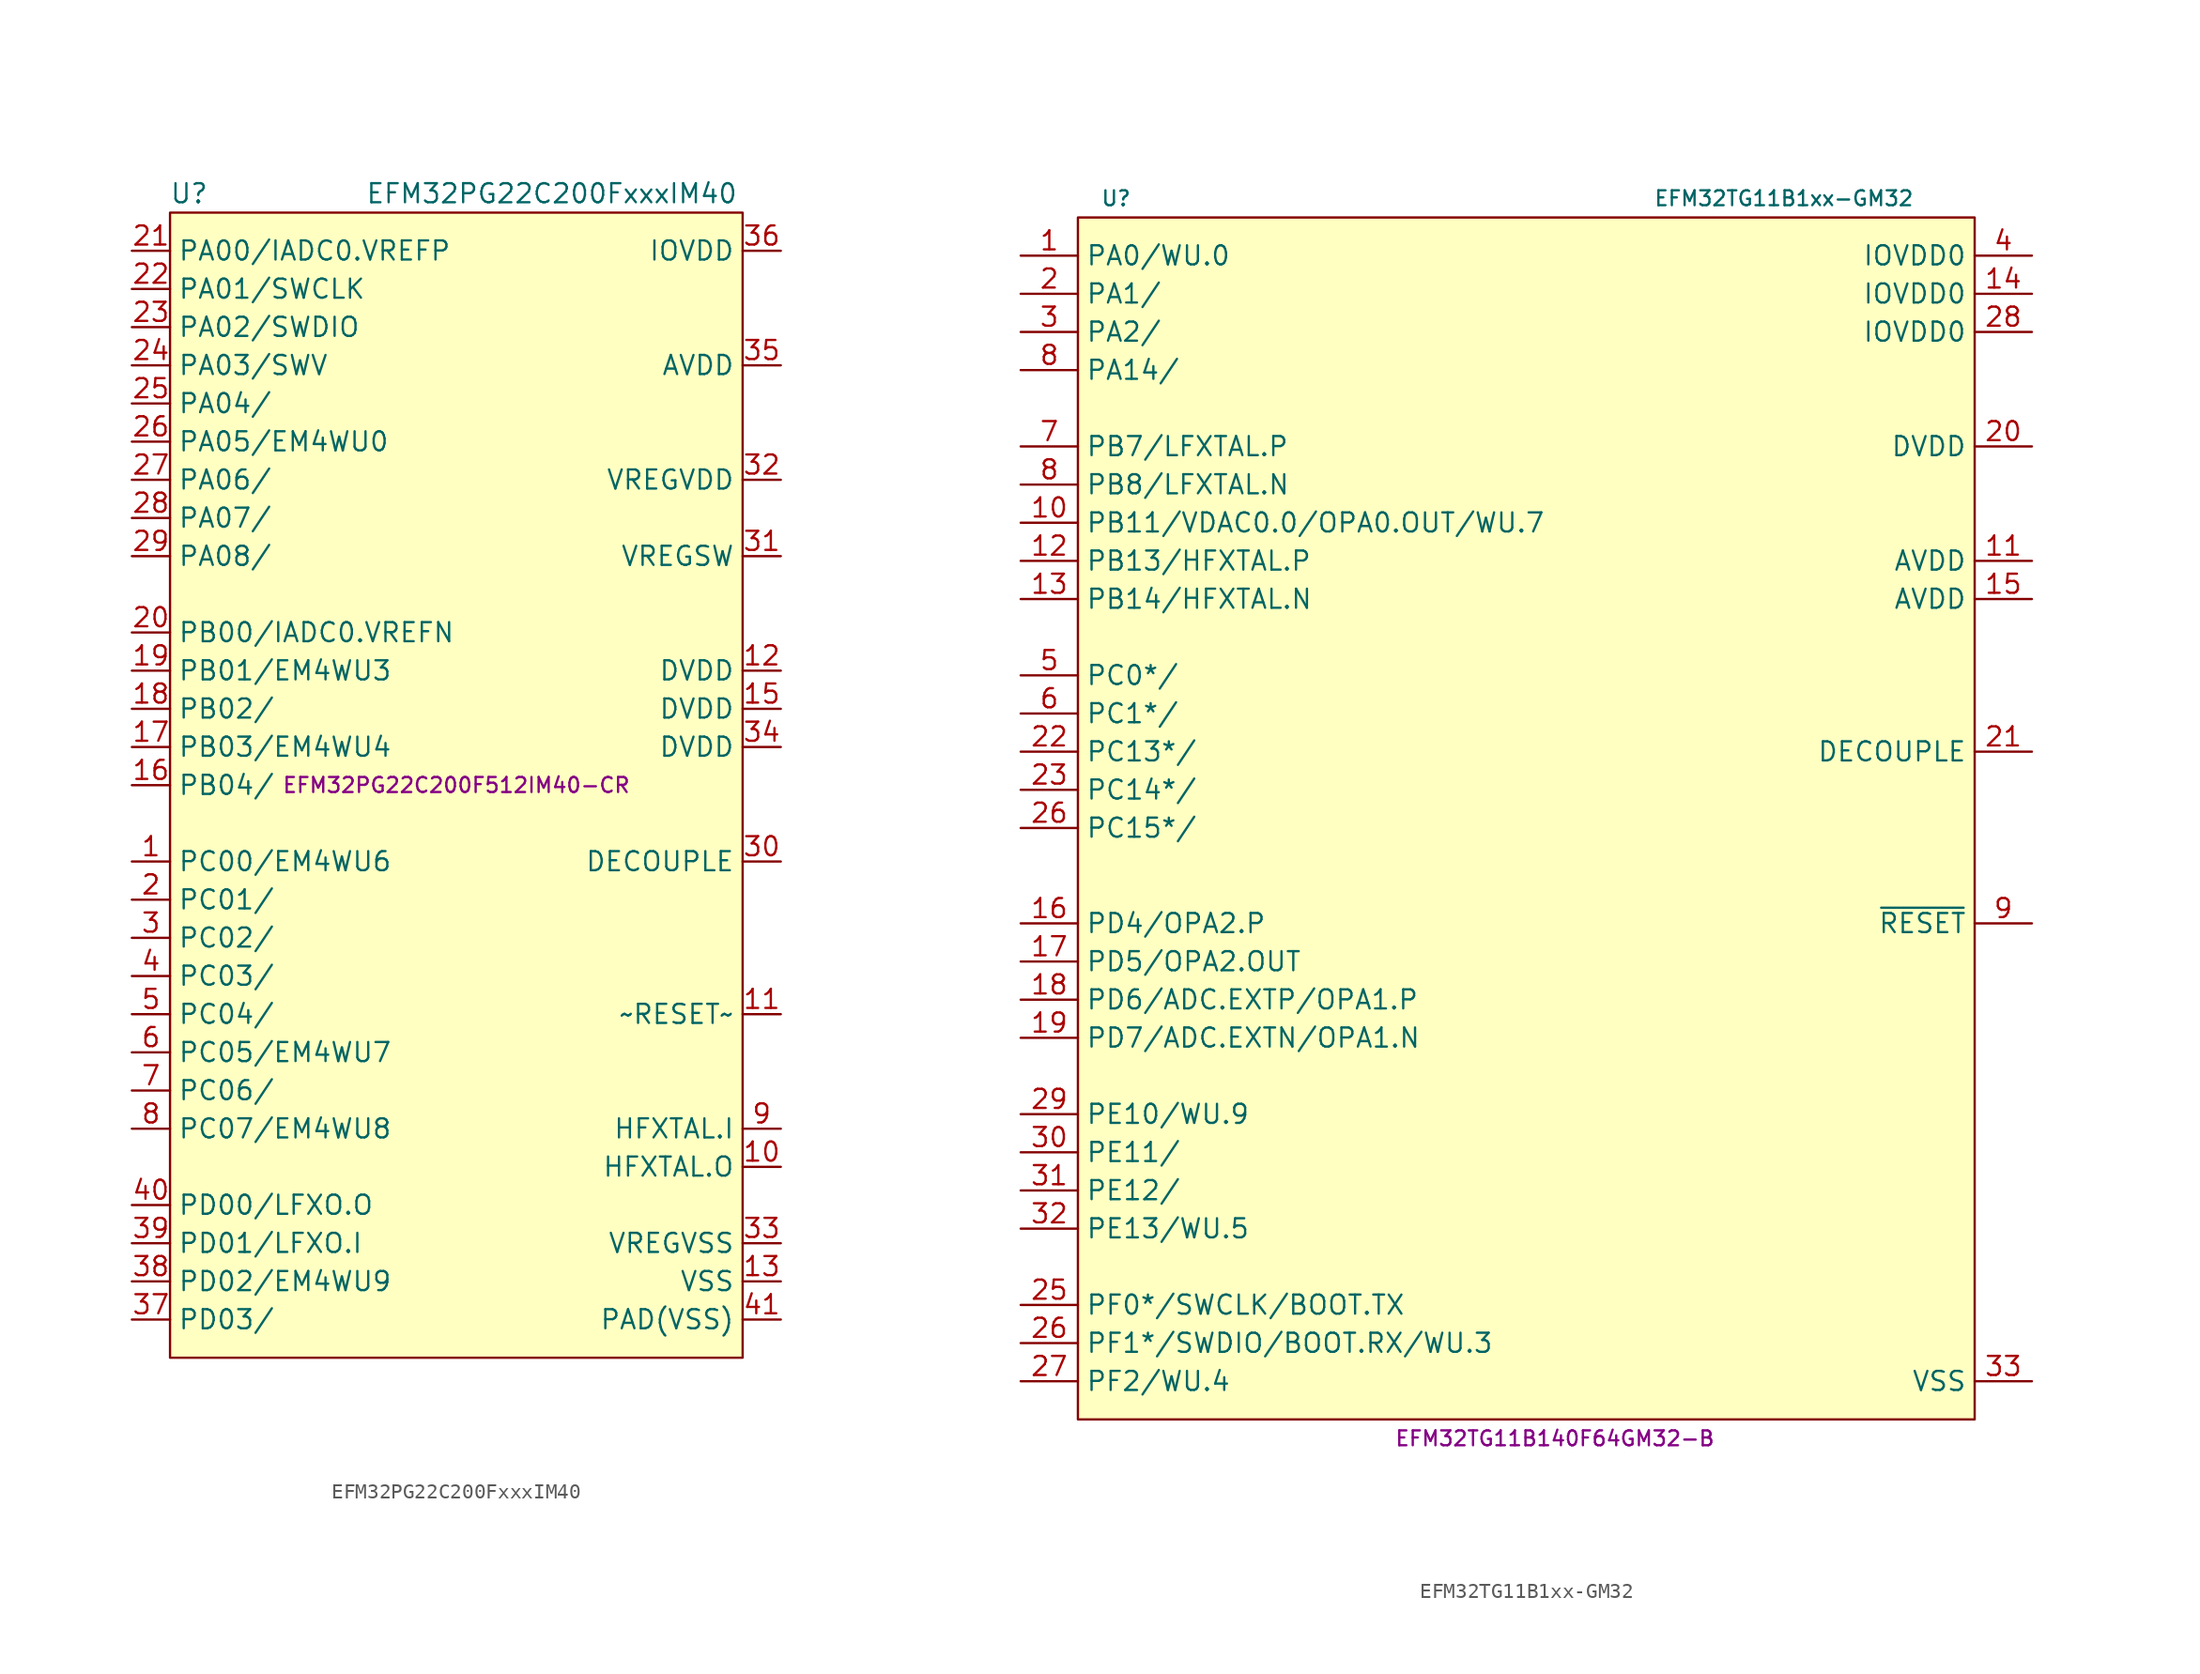
<source format=kicad_sym>
(kicad_symbol_lib
  (version 20231120)
  (generator "kicad_symbol_editor")
  (generator_version "8.0")
  (symbol "EFM32PG22C200FxxxIM40"
    (property "Reference" "U"
      (at -17.78 39.37 0)
      (effects (font (size 1.27 1.27))))
    (property "Value" "EFM32PG22C200FxxxIM40"
      (at 6.35 39.37 0)
      (effects (font (size 1.27 1.27))))
    (property "MPN" "EFM32PG22C200F512IM40-CR"
      (at 0 0 0)
      (effects (font (size 1 1))))
    (symbol "EFM32PG22C200FxxxIM40_0_1"
      (rectangle (start -19.05 -38.1) (end 19.05 38.1) (stroke (width 0.152) (type default)) (fill (type background))))
    (symbol "EFM32PG22C200FxxxIM40_1_1"
      (pin bidirectional line (at -21.59 -5.08 0) (length 2.54) (name "PC00/EM4WU6" (effects (font (size 1.27 1.27)))) (number "1" (effects (font (size 1.27 1.27)))))
      (pin output line (at 21.59 -25.4 180) (length 2.54) (name "HFXTAL.O" (effects (font (size 1.27 1.27)))) (number "10" (effects (font (size 1.27 1.27)))))
      (pin input line (at 21.59 -15.24 180) (length 2.54) (name "~RESET~" (effects (font (size 1.27 1.27)))) (number "11" (effects (font (size 1.27 1.27)))))
      (pin power_in line (at 21.59 7.62 180) (length 2.54) (name "DVDD" (effects (font (size 1.27 1.27)))) (number "12" (effects (font (size 1.27 1.27)))))
      (pin power_in line (at 21.59 -33.02 180) (length 2.54) (name "VSS" (effects (font (size 1.27 1.27)))) (number "13" (effects (font (size 1.27 1.27)))))
      (pin power_in line (at 21.59 5.08 180) (length 2.54) (name "DVDD" (effects (font (size 1.27 1.27)))) (number "15" (effects (font (size 1.27 1.27)))))
      (pin bidirectional line (at -21.59 0 0) (length 2.54) (name "PB04/" (effects (font (size 1.27 1.27)))) (number "16" (effects (font (size 1.27 1.27)))))
      (pin bidirectional line (at -21.59 2.54 0) (length 2.54) (name "PB03/EM4WU4" (effects (font (size 1.27 1.27)))) (number "17" (effects (font (size 1.27 1.27)))))
      (pin bidirectional line (at -21.59 5.08 0) (length 2.54) (name "PB02/" (effects (font (size 1.27 1.27)))) (number "18" (effects (font (size 1.27 1.27)))))
      (pin bidirectional line (at -21.59 7.62 0) (length 2.54) (name "PB01/EM4WU3" (effects (font (size 1.27 1.27)))) (number "19" (effects (font (size 1.27 1.27)))))
      (pin bidirectional line (at -21.59 -7.62 0) (length 2.54) (name "PC01/" (effects (font (size 1.27 1.27)))) (number "2" (effects (font (size 1.27 1.27)))))
      (pin bidirectional line (at -21.59 10.16 0) (length 2.54) (name "PB00/IADC0.VREFN" (effects (font (size 1.27 1.27)))) (number "20" (effects (font (size 1.27 1.27)))))
      (pin bidirectional line (at -21.59 35.56 0) (length 2.54) (name "PA00/IADC0.VREFP" (effects (font (size 1.27 1.27)))) (number "21" (effects (font (size 1.27 1.27)))))
      (pin bidirectional line (at -21.59 33.02 0) (length 2.54) (name "PA01/SWCLK" (effects (font (size 1.27 1.27)))) (number "22" (effects (font (size 1.27 1.27)))))
      (pin bidirectional line (at -21.59 30.48 0) (length 2.54) (name "PA02/SWDIO" (effects (font (size 1.27 1.27)))) (number "23" (effects (font (size 1.27 1.27)))))
      (pin bidirectional line (at -21.59 27.94 0) (length 2.54) (name "PA03/SWV" (effects (font (size 1.27 1.27)))) (number "24" (effects (font (size 1.27 1.27)))))
      (pin bidirectional line (at -21.59 25.4 0) (length 2.54) (name "PA04/" (effects (font (size 1.27 1.27)))) (number "25" (effects (font (size 1.27 1.27)))))
      (pin bidirectional line (at -21.59 22.86 0) (length 2.54) (name "PA05/EM4WU0" (effects (font (size 1.27 1.27)))) (number "26" (effects (font (size 1.27 1.27)))))
      (pin bidirectional line (at -21.59 20.32 0) (length 2.54) (name "PA06/" (effects (font (size 1.27 1.27)))) (number "27" (effects (font (size 1.27 1.27)))))
      (pin bidirectional line (at -21.59 17.78 0) (length 2.54) (name "PA07/" (effects (font (size 1.27 1.27)))) (number "28" (effects (font (size 1.27 1.27)))))
      (pin bidirectional line (at -21.59 15.24 0) (length 2.54) (name "PA08/" (effects (font (size 1.27 1.27)))) (number "29" (effects (font (size 1.27 1.27)))))
      (pin bidirectional line (at -21.59 -10.16 0) (length 2.54) (name "PC02/" (effects (font (size 1.27 1.27)))) (number "3" (effects (font (size 1.27 1.27)))))
      (pin power_out line (at 21.59 -5.08 180) (length 2.54) (name "DECOUPLE" (effects (font (size 1.27 1.27)))) (number "30" (effects (font (size 1.27 1.27)))))
      (pin power_out line (at 21.59 15.24 180) (length 2.54) (name "VREGSW" (effects (font (size 1.27 1.27)))) (number "31" (effects (font (size 1.27 1.27)))))
      (pin power_in line (at 21.59 20.32 180) (length 2.54) (name "VREGVDD" (effects (font (size 1.27 1.27)))) (number "32" (effects (font (size 1.27 1.27)))))
      (pin power_in line (at 21.59 -30.48 180) (length 2.54) (name "VREGVSS" (effects (font (size 1.27 1.27)))) (number "33" (effects (font (size 1.27 1.27)))))
      (pin power_in line (at 21.59 2.54 180) (length 2.54) (name "DVDD" (effects (font (size 1.27 1.27)))) (number "34" (effects (font (size 1.27 1.27)))))
      (pin power_in line (at 21.59 27.94 180) (length 2.54) (name "AVDD" (effects (font (size 1.27 1.27)))) (number "35" (effects (font (size 1.27 1.27)))))
      (pin power_in line (at 21.59 35.56 180) (length 2.54) (name "IOVDD" (effects (font (size 1.27 1.27)))) (number "36" (effects (font (size 1.27 1.27)))))
      (pin bidirectional line (at -21.59 -35.56 0) (length 2.54) (name "PD03/" (effects (font (size 1.27 1.27)))) (number "37" (effects (font (size 1.27 1.27)))))
      (pin bidirectional line (at -21.59 -33.02 0) (length 2.54) (name "PD02/EM4WU9" (effects (font (size 1.27 1.27)))) (number "38" (effects (font (size 1.27 1.27)))))
      (pin bidirectional line (at -21.59 -30.48 0) (length 2.54) (name "PD01/LFXO.I" (effects (font (size 1.27 1.27)))) (number "39" (effects (font (size 1.27 1.27)))))
      (pin bidirectional line (at -21.59 -12.7 0) (length 2.54) (name "PC03/" (effects (font (size 1.27 1.27)))) (number "4" (effects (font (size 1.27 1.27)))))
      (pin bidirectional line (at -21.59 -27.94 0) (length 2.54) (name "PD00/LFXO.O" (effects (font (size 1.27 1.27)))) (number "40" (effects (font (size 1.27 1.27)))))
      (pin power_in line (at 21.59 -35.56 180) (length 2.54) (name "PAD(VSS)" (effects (font (size 1.27 1.27)))) (number "41" (effects (font (size 1.27 1.27)))))
      (pin bidirectional line (at -21.59 -15.24 0) (length 2.54) (name "PC04/" (effects (font (size 1.27 1.27)))) (number "5" (effects (font (size 1.27 1.27)))))
      (pin bidirectional line (at -21.59 -17.78 0) (length 2.54) (name "PC05/EM4WU7" (effects (font (size 1.27 1.27)))) (number "6" (effects (font (size 1.27 1.27)))))
      (pin bidirectional line (at -21.59 -20.32 0) (length 2.54) (name "PC06/" (effects (font (size 1.27 1.27)))) (number "7" (effects (font (size 1.27 1.27)))))
      (pin bidirectional line (at -21.59 -22.86 0) (length 2.54) (name "PC07/EM4WU8" (effects (font (size 1.27 1.27)))) (number "8" (effects (font (size 1.27 1.27)))))
      (pin input line (at 21.59 -22.86 180) (length 2.54) (name "HFXTAL.I" (effects (font (size 1.27 1.27)))) (number "9" (effects (font (size 1.27 1.27)))))))
  (symbol "EFM32TG11B1xx-GM32"
    (property "Reference" "U"
      (at -27.94 41.91 0)
      (effects (font (size 0.991 0.991))))
    (property "Value" "EFM32TG11B1xx-GM32"
      (at 16.51 41.91 0)
      (effects (font (size 0.991 0.991))))
    (property "MPN" "EFM32TG11B140F64GM32-B"
      (at 1.27 -40.64 0)
      (effects (font (size 0.991 0.991))))
    (symbol "EFM32TG11B1xx-GM32_0_1"
      (rectangle (start -30.48 40.64) (end 29.21 -39.37) (stroke (width 0) (type default)) (fill (type background))))
    (symbol "EFM32TG11B1xx-GM32_1_1"
      (pin bidirectional line (at -34.29 38.1 0) (length 3.81) (name "PA0/WU.0" (effects (font (size 1.27 1.27)))) (number "1" (effects (font (size 1.27 1.27)))))
      (pin bidirectional line (at -34.29 20.32 0) (length 3.81) (name "PB11/VDAC0.0/OPA0.OUT/WU.7" (effects (font (size 1.27 1.27)))) (number "10" (effects (font (size 1.27 1.27)))))
      (pin power_in line (at 33.02 17.78 180) (length 3.81) (name "AVDD" (effects (font (size 1.27 1.27)))) (number "11" (effects (font (size 1.27 1.27)))))
      (pin bidirectional line (at -34.29 17.78 0) (length 3.81) (name "PB13/HFXTAL.P" (effects (font (size 1.27 1.27)))) (number "12" (effects (font (size 1.27 1.27)))))
      (pin bidirectional line (at -34.29 15.24 0) (length 3.81) (name "PB14/HFXTAL.N" (effects (font (size 1.27 1.27)))) (number "13" (effects (font (size 1.27 1.27)))))
      (pin power_in line (at 33.02 35.56 180) (length 3.81) (name "IOVDD0" (effects (font (size 1.27 1.27)))) (number "14" (effects (font (size 1.27 1.27)))))
      (pin power_in line (at 33.02 15.24 180) (length 3.81) (name "AVDD" (effects (font (size 1.27 1.27)))) (number "15" (effects (font (size 1.27 1.27)))))
      (pin bidirectional line (at -34.29 -6.35 0) (length 3.81) (name "PD4/OPA2.P" (effects (font (size 1.27 1.27)))) (number "16" (effects (font (size 1.27 1.27)))))
      (pin bidirectional line (at -34.29 -8.89 0) (length 3.81) (name "PD5/OPA2.OUT" (effects (font (size 1.27 1.27)))) (number "17" (effects (font (size 1.27 1.27)))))
      (pin bidirectional line (at -34.29 -11.43 0) (length 3.81) (name "PD6/ADC.EXTP/OPA1.P" (effects (font (size 1.27 1.27)))) (number "18" (effects (font (size 1.27 1.27)))))
      (pin bidirectional line (at -34.29 -13.97 0) (length 3.81) (name "PD7/ADC.EXTN/OPA1.N" (effects (font (size 1.27 1.27)))) (number "19" (effects (font (size 1.27 1.27)))))
      (pin bidirectional line (at -34.29 35.56 0) (length 3.81) (name "PA1/" (effects (font (size 1.27 1.27)))) (number "2" (effects (font (size 1.27 1.27)))))
      (pin power_in line (at 33.02 25.4 180) (length 3.81) (name "DVDD" (effects (font (size 1.27 1.27)))) (number "20" (effects (font (size 1.27 1.27)))))
      (pin power_out line (at 33.02 5.08 180) (length 3.81) (name "DECOUPLE" (effects (font (size 1.27 1.27)))) (number "21" (effects (font (size 1.27 1.27)))))
      (pin bidirectional line (at -34.29 5.08 0) (length 3.81) (name "PC13*/" (effects (font (size 1.27 1.27)))) (number "22" (effects (font (size 1.27 1.27)))))
      (pin bidirectional line (at -34.29 2.54 0) (length 3.81) (name "PC14*/" (effects (font (size 1.27 1.27)))) (number "23" (effects (font (size 1.27 1.27)))))
      (pin bidirectional line (at -34.29 -31.75 0) (length 3.81) (name "PF0*/SWCLK/BOOT.TX" (effects (font (size 1.27 1.27)))) (number "25" (effects (font (size 1.27 1.27)))))
      (pin bidirectional line (at -34.29 0 0) (length 3.81) (name "PC15*/" (effects (font (size 1.27 1.27)))) (number "26" (effects (font (size 1.27 1.27)))))
      (pin bidirectional line (at -34.29 -34.29 0) (length 3.81) (name "PF1*/SWDIO/BOOT.RX/WU.3" (effects (font (size 1.27 1.27)))) (number "26" (effects (font (size 1.27 1.27)))))
      (pin bidirectional line (at -34.29 -36.83 0) (length 3.81) (name "PF2/WU.4" (effects (font (size 1.27 1.27)))) (number "27" (effects (font (size 1.27 1.27)))))
      (pin power_in line (at 33.02 33.02 180) (length 3.81) (name "IOVDD0" (effects (font (size 1.27 1.27)))) (number "28" (effects (font (size 1.27 1.27)))))
      (pin bidirectional line (at -34.29 -19.05 0) (length 3.81) (name "PE10/WU.9" (effects (font (size 1.27 1.27)))) (number "29" (effects (font (size 1.27 1.27)))))
      (pin bidirectional line (at -34.29 33.02 0) (length 3.81) (name "PA2/" (effects (font (size 1.27 1.27)))) (number "3" (effects (font (size 1.27 1.27)))))
      (pin bidirectional line (at -34.29 -21.59 0) (length 3.81) (name "PE11/" (effects (font (size 1.27 1.27)))) (number "30" (effects (font (size 1.27 1.27)))))
      (pin bidirectional line (at -34.29 -24.13 0) (length 3.81) (name "PE12/" (effects (font (size 1.27 1.27)))) (number "31" (effects (font (size 1.27 1.27)))))
      (pin bidirectional line (at -34.29 -26.67 0) (length 3.81) (name "PE13/WU.5" (effects (font (size 1.27 1.27)))) (number "32" (effects (font (size 1.27 1.27)))))
      (pin power_in line (at 33.02 -36.83 180) (length 3.81) (name "VSS" (effects (font (size 1.27 1.27)))) (number "33" (effects (font (size 1.27 1.27)))))
      (pin power_in line (at 33.02 38.1 180) (length 3.81) (name "IOVDD0" (effects (font (size 1.27 1.27)))) (number "4" (effects (font (size 1.27 1.27)))))
      (pin bidirectional line (at -34.29 10.16 0) (length 3.81) (name "PC0*/" (effects (font (size 1.27 1.27)))) (number "5" (effects (font (size 1.27 1.27)))))
      (pin bidirectional line (at -34.29 7.62 0) (length 3.81) (name "PC1*/" (effects (font (size 1.27 1.27)))) (number "6" (effects (font (size 1.27 1.27)))))
      (pin bidirectional line (at -34.29 25.4 0) (length 3.81) (name "PB7/LFXTAL.P" (effects (font (size 1.27 1.27)))) (number "7" (effects (font (size 1.27 1.27)))))
      (pin bidirectional line (at -34.29 30.48 0) (length 3.81) (name "PA14/" (effects (font (size 1.27 1.27)))) (number "8" (effects (font (size 1.27 1.27)))))
      (pin bidirectional line (at -34.29 22.86 0) (length 3.81) (name "PB8/LFXTAL.N" (effects (font (size 1.27 1.27)))) (number "8" (effects (font (size 1.27 1.27)))))
      (pin input line (at 33.02 -6.35 180) (length 3.81) (name "~{RESET}" (effects (font (size 1.27 1.27)))) (number "9" (effects (font (size 1.27 1.27))))))))
</source>
